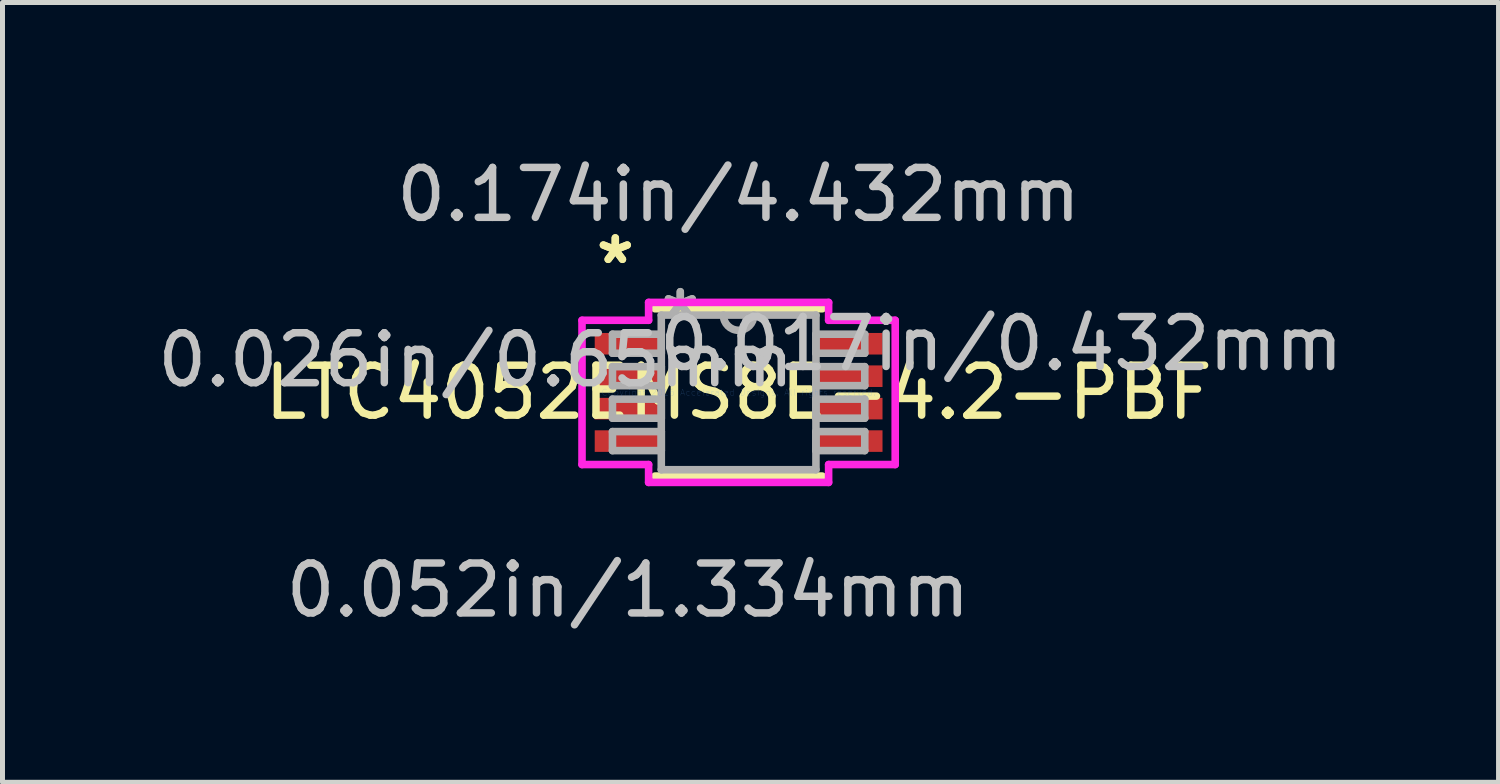
<source format=kicad_pcb>
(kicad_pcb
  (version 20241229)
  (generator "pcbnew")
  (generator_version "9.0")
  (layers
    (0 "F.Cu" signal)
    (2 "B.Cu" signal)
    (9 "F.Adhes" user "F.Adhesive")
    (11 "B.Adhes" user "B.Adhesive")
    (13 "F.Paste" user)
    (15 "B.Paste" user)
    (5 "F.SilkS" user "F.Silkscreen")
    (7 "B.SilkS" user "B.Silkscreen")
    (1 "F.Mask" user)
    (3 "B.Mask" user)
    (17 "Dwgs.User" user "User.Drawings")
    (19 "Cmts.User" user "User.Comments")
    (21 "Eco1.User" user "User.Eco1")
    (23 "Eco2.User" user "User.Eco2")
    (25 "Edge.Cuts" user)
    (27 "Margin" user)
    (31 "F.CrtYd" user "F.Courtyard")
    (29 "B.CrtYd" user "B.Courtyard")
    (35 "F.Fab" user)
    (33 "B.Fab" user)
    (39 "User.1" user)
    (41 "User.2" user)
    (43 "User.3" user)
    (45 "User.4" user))
  (footprint "LTC4052EMS8E-4.2-PBF"
    (layer "F.Cu")
    (at 11.746 4.811)
    (property "Reference" "LTC4052EMS8E-4.2-PBF" (at 0 0 0) (layer "F.SilkS") (effects (font (size 1 1) (thickness 0.15))))
    (attr through_hole)
    (fp_line (start -1.676 1.676) (end 1.676 1.676) (stroke (width 0.152) (type solid)) (layer "F.SilkS"))
    (fp_line (start 1.676 -1.676) (end -1.676 -1.676) (stroke (width 0.152) (type solid)) (layer "F.SilkS"))
    (fp_line (start -3.137 -1.445) (end -1.803 -1.445) (stroke (width 0.152) (type solid)) (layer "F.CrtYd"))
    (fp_line (start -3.137 1.445) (end -3.137 -1.445) (stroke (width 0.152) (type solid)) (layer "F.CrtYd"))
    (fp_line (start -1.803 -1.803) (end 1.803 -1.803) (stroke (width 0.152) (type solid)) (layer "F.CrtYd"))
    (fp_line (start -1.803 -1.445) (end -1.803 -1.803) (stroke (width 0.152) (type solid)) (layer "F.CrtYd"))
    (fp_line (start -1.803 1.445) (end -3.137 1.445) (stroke (width 0.152) (type solid)) (layer "F.CrtYd"))
    (fp_line (start -1.803 1.803) (end -1.803 1.445) (stroke (width 0.152) (type solid)) (layer "F.CrtYd"))
    (fp_line (start 1.803 -1.803) (end 1.803 -1.445) (stroke (width 0.152) (type solid)) (layer "F.CrtYd"))
    (fp_line (start 1.803 -1.445) (end 3.137 -1.445) (stroke (width 0.152) (type solid)) (layer "F.CrtYd"))
    (fp_line (start 1.803 1.445) (end 1.803 1.803) (stroke (width 0.152) (type solid)) (layer "F.CrtYd"))
    (fp_line (start 1.803 1.803) (end -1.803 1.803) (stroke (width 0.152) (type solid)) (layer "F.CrtYd"))
    (fp_line (start 3.137 -1.445) (end 3.137 1.445) (stroke (width 0.152) (type solid)) (layer "F.CrtYd"))
    (fp_line (start 3.137 1.445) (end 1.803 1.445) (stroke (width 0.152) (type solid)) (layer "F.CrtYd"))
    (fp_line (start -2.527 -1.166) (end -2.527 -0.785) (stroke (width 0.152) (type solid)) (layer "F.Fab"))
    (fp_line (start -2.527 -0.785) (end -1.549 -0.785) (stroke (width 0.152) (type solid)) (layer "F.Fab"))
    (fp_line (start -2.527 -0.516) (end -2.527 -0.135) (stroke (width 0.152) (type solid)) (layer "F.Fab"))
    (fp_line (start -2.527 -0.135) (end -1.549 -0.135) (stroke (width 0.152) (type solid)) (layer "F.Fab"))
    (fp_line (start -2.527 0.135) (end -2.527 0.516) (stroke (width 0.152) (type solid)) (layer "F.Fab"))
    (fp_line (start -2.527 0.516) (end -1.549 0.516) (stroke (width 0.152) (type solid)) (layer "F.Fab"))
    (fp_line (start -2.527 0.785) (end -2.527 1.166) (stroke (width 0.152) (type solid)) (layer "F.Fab"))
    (fp_line (start -2.527 1.166) (end -1.549 1.166) (stroke (width 0.152) (type solid)) (layer "F.Fab"))
    (fp_line (start -1.549 -1.549) (end -1.549 1.549) (stroke (width 0.152) (type solid)) (layer "F.Fab"))
    (fp_line (start -1.549 -1.166) (end -2.527 -1.166) (stroke (width 0.152) (type solid)) (layer "F.Fab"))
    (fp_line (start -1.549 -0.785) (end -1.549 -1.166) (stroke (width 0.152) (type solid)) (layer "F.Fab"))
    (fp_line (start -1.549 -0.516) (end -2.527 -0.516) (stroke (width 0.152) (type solid)) (layer "F.Fab"))
    (fp_line (start -1.549 -0.135) (end -1.549 -0.516) (stroke (width 0.152) (type solid)) (layer "F.Fab"))
    (fp_line (start -1.549 0.135) (end -2.527 0.135) (stroke (width 0.152) (type solid)) (layer "F.Fab"))
    (fp_line (start -1.549 0.516) (end -1.549 0.135) (stroke (width 0.152) (type solid)) (layer "F.Fab"))
    (fp_line (start -1.549 0.785) (end -2.527 0.785) (stroke (width 0.152) (type solid)) (layer "F.Fab"))
    (fp_line (start -1.549 1.166) (end -1.549 0.785) (stroke (width 0.152) (type solid)) (layer "F.Fab"))
    (fp_line (start -1.549 1.549) (end 1.549 1.549) (stroke (width 0.152) (type solid)) (layer "F.Fab"))
    (fp_line (start 1.549 -1.549) (end -1.549 -1.549) (stroke (width 0.152) (type solid)) (layer "F.Fab"))
    (fp_line (start 1.549 -1.166) (end 1.549 -0.785) (stroke (width 0.152) (type solid)) (layer "F.Fab"))
    (fp_line (start 1.549 -0.785) (end 2.527 -0.785) (stroke (width 0.152) (type solid)) (layer "F.Fab"))
    (fp_line (start 1.549 -0.516) (end 1.549 -0.135) (stroke (width 0.152) (type solid)) (layer "F.Fab"))
    (fp_line (start 1.549 -0.135) (end 2.527 -0.135) (stroke (width 0.152) (type solid)) (layer "F.Fab"))
    (fp_line (start 1.549 0.135) (end 1.549 0.516) (stroke (width 0.152) (type solid)) (layer "F.Fab"))
    (fp_line (start 1.549 0.516) (end 2.527 0.516) (stroke (width 0.152) (type solid)) (layer "F.Fab"))
    (fp_line (start 1.549 0.785) (end 1.549 1.166) (stroke (width 0.152) (type solid)) (layer "F.Fab"))
    (fp_line (start 1.549 1.166) (end 2.527 1.166) (stroke (width 0.152) (type solid)) (layer "F.Fab"))
    (fp_line (start 1.549 1.549) (end 1.549 -1.549) (stroke (width 0.152) (type solid)) (layer "F.Fab"))
    (fp_line (start 2.527 -1.166) (end 1.549 -1.166) (stroke (width 0.152) (type solid)) (layer "F.Fab"))
    (fp_line (start 2.527 -0.785) (end 2.527 -1.166) (stroke (width 0.152) (type solid)) (layer "F.Fab"))
    (fp_line (start 2.527 -0.516) (end 1.549 -0.516) (stroke (width 0.152) (type solid)) (layer "F.Fab"))
    (fp_line (start 2.527 -0.135) (end 2.527 -0.516) (stroke (width 0.152) (type solid)) (layer "F.Fab"))
    (fp_line (start 2.527 0.135) (end 1.549 0.135) (stroke (width 0.152) (type solid)) (layer "F.Fab"))
    (fp_line (start 2.527 0.516) (end 2.527 0.135) (stroke (width 0.152) (type solid)) (layer "F.Fab"))
    (fp_line (start 2.527 0.785) (end 1.549 0.785) (stroke (width 0.152) (type solid)) (layer "F.Fab"))
    (fp_line (start 2.527 1.166) (end 2.527 0.785) (stroke (width 0.152) (type solid)) (layer "F.Fab"))
    (fp_arc (start 0.3048 -1.5494) (mid 0 -1.2446) (end -0.3048 -1.5494) (stroke (width 0.1524) (type solid)) (layer "F.Fab"))
    (fp_text user "*" (at -2.47 -2.55 0) (layer "F.SilkS") (effects (font (size 1 1) (thickness 0.15))))
    (fp_text user "*" (at -2.47 -2.55 0) (layer "F.SilkS") (effects (font (size 1 1) (thickness 0.15))))
    (fp_text user "0.052in/1.334mm" (at -2.216 3.962 0) (layer "Dwgs.User") (effects (font (size 1 1) (thickness 0.15))))
    (fp_text user "0.017in/0.432mm" (at 5.264 -0.975 0) (layer "Dwgs.User") (effects (font (size 1 1) (thickness 0.15))))
    (fp_text user "0.026in/0.65mm" (at -5.264 -0.65 0) (layer "Dwgs.User") (effects (font (size 1 1) (thickness 0.15))))
    (fp_text user "0.174in/4.432mm" (at 0 -3.962 0) (layer "Dwgs.User") (effects (font (size 1 1) (thickness 0.15))))
    (fp_text user "Copyright 2016 Accelerated Designs. All rights reserved." (at 0 0 0) (layer "Cmts.User") (effects (font (size 0.127 0.127) (thickness 0.002))))
    (fp_text user "*" (at -1.168 -1.473 0) (layer "F.Fab") (effects (font (size 1 1) (thickness 0.15))))
    (fp_text user "*" (at -1.168 -1.473 0) (layer "F.Fab") (effects (font (size 1 1) (thickness 0.15))))
    (pad "1" smd rect (at -2.216 -0.975) (size 1.333 0.432) (layers "F.Cu" "F.Mask" "F.Paste"))
    (pad "2" smd rect (at -2.216 -0.325) (size 1.333 0.432) (layers "F.Cu" "F.Mask" "F.Paste"))
    (pad "3" smd rect (at -2.216 0.325) (size 1.333 0.432) (layers "F.Cu" "F.Mask" "F.Paste"))
    (pad "4" smd rect (at -2.216 0.975) (size 1.333 0.432) (layers "F.Cu" "F.Mask" "F.Paste"))
    (pad "5" smd rect (at 2.216 0.975) (size 1.333 0.432) (layers "F.Cu" "F.Mask" "F.Paste"))
    (pad "6" smd rect (at 2.216 0.325) (size 1.333 0.432) (layers "F.Cu" "F.Mask" "F.Paste"))
    (pad "7" smd rect (at 2.216 -0.325) (size 1.333 0.432) (layers "F.Cu" "F.Mask" "F.Paste"))
    (pad "8" smd rect (at 2.216 -0.975) (size 1.333 0.432) (layers "F.Cu" "F.Mask" "F.Paste")))
  (gr_rect
    (start -3 -3)
    (end 26.969 12.621)
    (stroke (width 0.1) (type default))
    (fill no)
    (layer "Edge.Cuts")))
</source>
